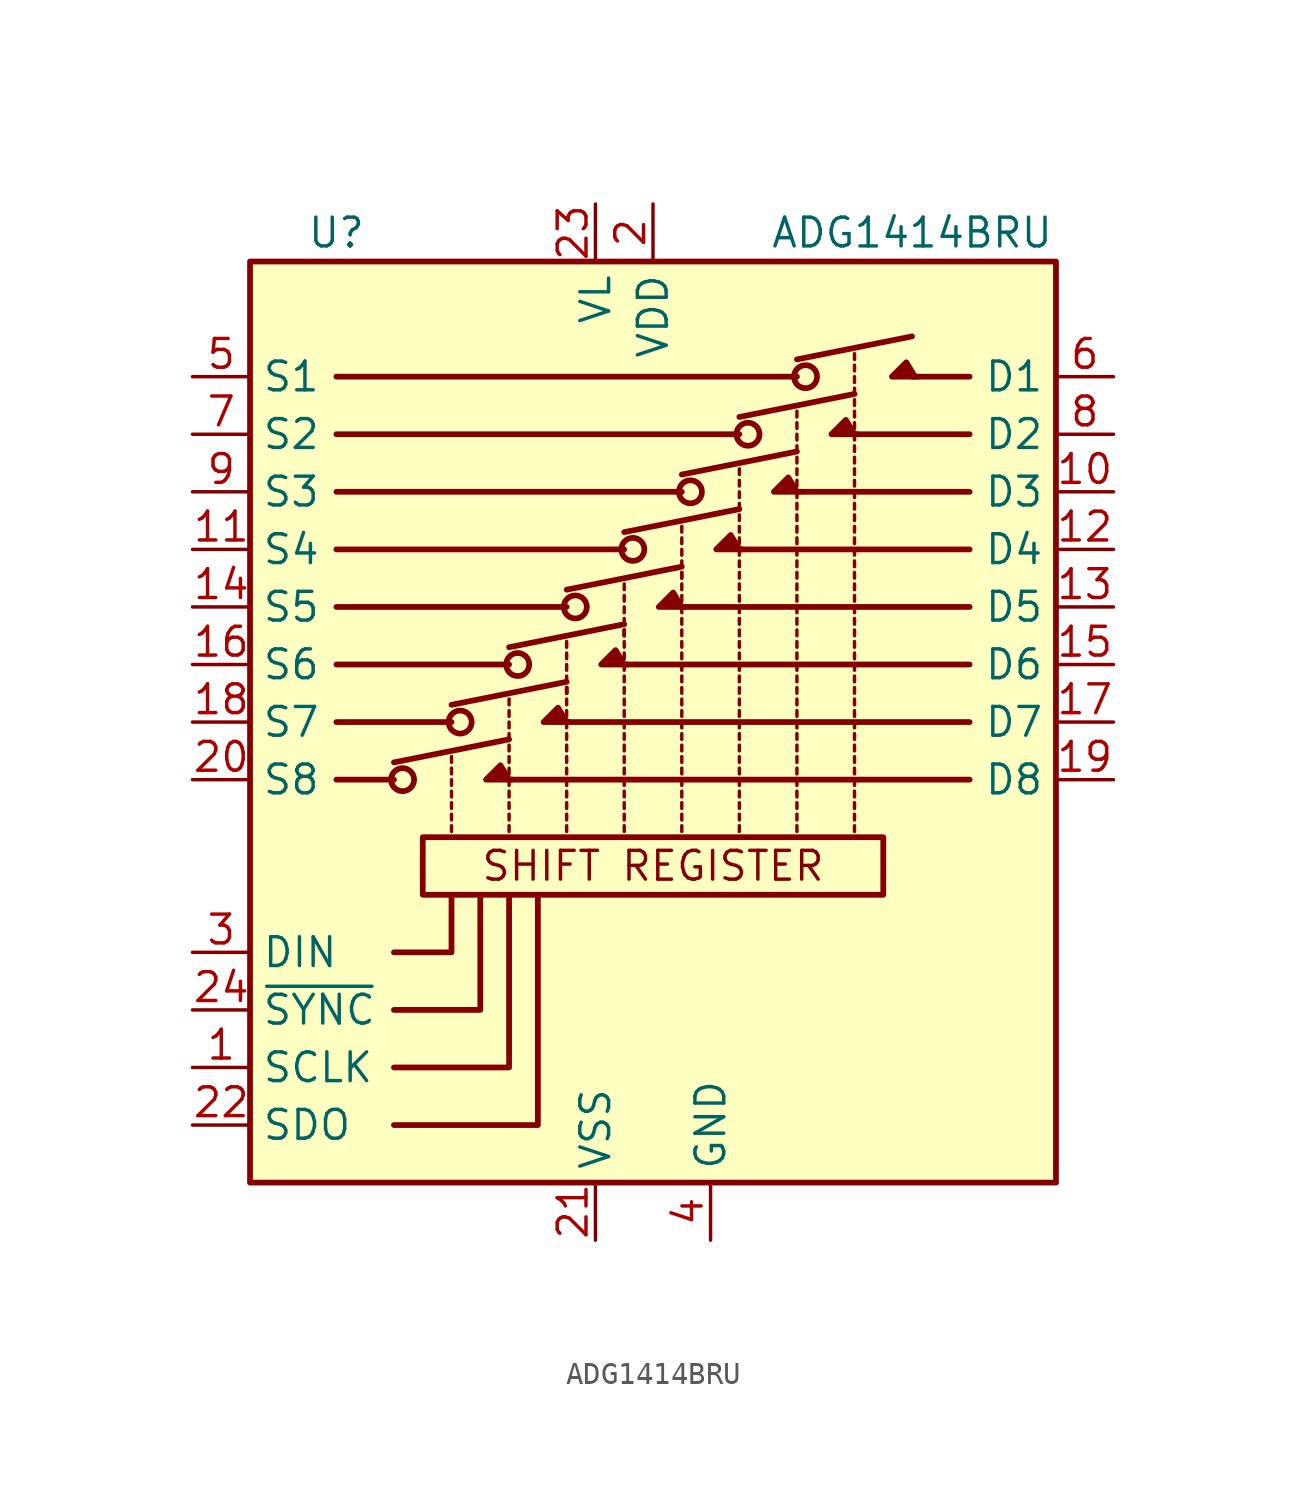
<source format=kicad_sym>
(kicad_symbol_lib
  (version 20211014)
  (generator kicad_symbol_editor)
  (symbol "ADG1414BRU"
    (property "Reference" "U"
      (at -13.97 21.59 0)
      (effects (font (size 1.27 1.27))))
    (property "Value" "ADG1414BRU"
      (at 11.43 21.59 0)
      (effects (font (size 1.27 1.27))))
    (symbol "ADG1414BRU_1_0"
      (polyline (pts (xy -11.43 -17.78) (xy -5.08 -17.78) (xy -5.08 -7.62)) (stroke (width 0.254) (type default) (color 0 0 0 0)) (fill (type none)))
      (polyline (pts (xy -11.43 -15.24) (xy -6.35 -15.24) (xy -6.35 -7.62)) (stroke (width 0.254) (type default) (color 0 0 0 0)) (fill (type none)))
      (polyline (pts (xy -11.43 -10.16) (xy -8.89 -10.16) (xy -8.89 -7.62)) (stroke (width 0.254) (type default) (color 0 0 0 0)) (fill (type none)))
      (polyline (pts (xy -11.43 -12.7) (xy -7.62 -12.7) (xy -7.62 -10.16) (xy -7.62 -7.62)) (stroke (width 0.254) (type default) (color 0 0 0 0)) (fill (type none)))
      (polyline (pts (xy -6.223 -2.54) (xy -7.366 -2.54) (xy -6.731 -1.905) (xy -6.35 -2.54)) (stroke (width 0.254) (type default) (color 0 0 0 0)) (fill (type outline)))
      (polyline (pts (xy -3.683 0) (xy -4.826 0) (xy -4.191 0.635) (xy -3.81 0)) (stroke (width 0.254) (type default) (color 0 0 0 0)) (fill (type outline)))
      (polyline (pts (xy -1.143 2.54) (xy -2.286 2.54) (xy -1.651 3.175) (xy -1.27 2.54)) (stroke (width 0.254) (type default) (color 0 0 0 0)) (fill (type outline)))
      (polyline (pts (xy 1.397 5.08) (xy 0.254 5.08) (xy 0.889 5.715) (xy 1.27 5.08)) (stroke (width 0.254) (type default) (color 0 0 0 0)) (fill (type outline)))
      (polyline (pts (xy 3.937 7.62) (xy 2.794 7.62) (xy 3.429 8.255) (xy 3.81 7.62)) (stroke (width 0.254) (type default) (color 0 0 0 0)) (fill (type outline)))
      (polyline (pts (xy 6.477 10.16) (xy 5.334 10.16) (xy 5.969 10.795) (xy 6.35 10.16)) (stroke (width 0.254) (type default) (color 0 0 0 0)) (fill (type outline)))
      (polyline (pts (xy 9.017 12.7) (xy 7.874 12.7) (xy 8.509 13.335) (xy 8.89 12.7)) (stroke (width 0.254) (type default) (color 0 0 0 0)) (fill (type outline)))
      (polyline (pts (xy 11.684 15.24) (xy 10.541 15.24) (xy 11.176 15.875) (xy 11.557 15.24)) (stroke (width 0.254) (type default) (color 0 0 0 0)) (fill (type outline)))
      (text "SHIFT REGISTER" (at 0 -6.35 0) (effects (font (size 1.27 1.27)))))
    (symbol "ADG1414BRU_1_1"
      (rectangle (start -17.78 -20.32) (end 17.78 20.32) (stroke (width 0.254) (type default) (color 0 0 0 0)) (fill (type background)))
      (circle (center -11.049 -2.54) (radius 0.508) (stroke (width 0.254) (type default) (color 0 0 0 0)) (fill (type none)))
      (rectangle (start -10.16 -5.08) (end 10.16 -7.62) (stroke (width 0.254) (type default) (color 0 0 0 0)) (fill (type none)))
      (circle (center -8.509 0) (radius 0.508) (stroke (width 0.254) (type default) (color 0 0 0 0)) (fill (type none)))
      (circle (center -5.969 2.54) (radius 0.508) (stroke (width 0.254) (type default) (color 0 0 0 0)) (fill (type none)))
      (circle (center -3.429 5.08) (radius 0.508) (stroke (width 0.254) (type default) (color 0 0 0 0)) (fill (type none)))
      (circle (center -0.889 7.62) (radius 0.508) (stroke (width 0.254) (type default) (color 0 0 0 0)) (fill (type none)))
      (polyline (pts (xy -11.43 -2.54) (xy -13.97 -2.54)) (stroke (width 0.254) (type default) (color 0 0 0 0)) (fill (type none)))
      (polyline (pts (xy -11.43 -1.778) (xy -6.35 -0.762)) (stroke (width 0.254) (type default) (color 0 0 0 0)) (fill (type none)))
      (polyline (pts (xy -8.89 -4.826) (xy -8.89 -4.572)) (stroke (width 0) (type default) (color 0 0 0 0)) (fill (type none)))
      (polyline (pts (xy -8.89 -4.318) (xy -8.89 -4.064)) (stroke (width 0) (type default) (color 0 0 0 0)) (fill (type none)))
      (polyline (pts (xy -8.89 -3.81) (xy -8.89 -3.556)) (stroke (width 0) (type default) (color 0 0 0 0)) (fill (type none)))
      (polyline (pts (xy -8.89 -3.302) (xy -8.89 -3.048)) (stroke (width 0) (type default) (color 0 0 0 0)) (fill (type none)))
      (polyline (pts (xy -8.89 -2.794) (xy -8.89 -2.54)) (stroke (width 0) (type default) (color 0 0 0 0)) (fill (type none)))
      (polyline (pts (xy -8.89 -2.286) (xy -8.89 -2.032)) (stroke (width 0) (type default) (color 0 0 0 0)) (fill (type none)))
      (polyline (pts (xy -8.89 -1.778) (xy -8.89 -1.524)) (stroke (width 0) (type default) (color 0 0 0 0)) (fill (type none)))
      (polyline (pts (xy -8.89 0) (xy -13.97 0)) (stroke (width 0.254) (type default) (color 0 0 0 0)) (fill (type none)))
      (polyline (pts (xy -8.89 0.762) (xy -3.81 1.778)) (stroke (width 0.254) (type default) (color 0 0 0 0)) (fill (type none)))
      (polyline (pts (xy -6.35 -4.826) (xy -6.35 -4.572)) (stroke (width 0) (type default) (color 0 0 0 0)) (fill (type none)))
      (polyline (pts (xy -6.35 -4.318) (xy -6.35 -4.064)) (stroke (width 0) (type default) (color 0 0 0 0)) (fill (type none)))
      (polyline (pts (xy -6.35 -3.81) (xy -6.35 -3.556)) (stroke (width 0) (type default) (color 0 0 0 0)) (fill (type none)))
      (polyline (pts (xy -6.35 -3.302) (xy -6.35 -3.048)) (stroke (width 0) (type default) (color 0 0 0 0)) (fill (type none)))
      (polyline (pts (xy -6.35 -2.794) (xy -6.35 -2.54)) (stroke (width 0) (type default) (color 0 0 0 0)) (fill (type none)))
      (polyline (pts (xy -6.35 -2.54) (xy 13.97 -2.54)) (stroke (width 0.254) (type default) (color 0 0 0 0)) (fill (type none)))
      (polyline (pts (xy -6.35 -2.286) (xy -6.35 -2.032)) (stroke (width 0) (type default) (color 0 0 0 0)) (fill (type none)))
      (polyline (pts (xy -6.35 -1.778) (xy -6.35 -1.524)) (stroke (width 0) (type default) (color 0 0 0 0)) (fill (type none)))
      (polyline (pts (xy -6.35 -1.27) (xy -6.35 -1.016)) (stroke (width 0) (type default) (color 0 0 0 0)) (fill (type none)))
      (polyline (pts (xy -6.35 -0.762) (xy -6.35 -0.508)) (stroke (width 0) (type default) (color 0 0 0 0)) (fill (type none)))
      (polyline (pts (xy -6.35 -0.254) (xy -6.35 0)) (stroke (width 0) (type default) (color 0 0 0 0)) (fill (type none)))
      (polyline (pts (xy -6.35 0.254) (xy -6.35 0.508)) (stroke (width 0) (type default) (color 0 0 0 0)) (fill (type none)))
      (polyline (pts (xy -6.35 0.762) (xy -6.35 1.016)) (stroke (width 0) (type default) (color 0 0 0 0)) (fill (type none)))
      (polyline (pts (xy -6.35 2.54) (xy -13.97 2.54)) (stroke (width 0.254) (type default) (color 0 0 0 0)) (fill (type none)))
      (polyline (pts (xy -6.35 3.302) (xy -1.27 4.318)) (stroke (width 0.254) (type default) (color 0 0 0 0)) (fill (type none)))
      (polyline (pts (xy -3.81 -4.826) (xy -3.81 -4.572)) (stroke (width 0) (type default) (color 0 0 0 0)) (fill (type none)))
      (polyline (pts (xy -3.81 -4.318) (xy -3.81 -4.064)) (stroke (width 0) (type default) (color 0 0 0 0)) (fill (type none)))
      (polyline (pts (xy -3.81 -3.81) (xy -3.81 -3.556)) (stroke (width 0) (type default) (color 0 0 0 0)) (fill (type none)))
      (polyline (pts (xy -3.81 -3.302) (xy -3.81 -3.048)) (stroke (width 0) (type default) (color 0 0 0 0)) (fill (type none)))
      (polyline (pts (xy -3.81 -2.794) (xy -3.81 -2.54)) (stroke (width 0) (type default) (color 0 0 0 0)) (fill (type none)))
      (polyline (pts (xy -3.81 -2.286) (xy -3.81 -2.032)) (stroke (width 0) (type default) (color 0 0 0 0)) (fill (type none)))
      (polyline (pts (xy -3.81 -1.778) (xy -3.81 -1.524)) (stroke (width 0) (type default) (color 0 0 0 0)) (fill (type none)))
      (polyline (pts (xy -3.81 -1.27) (xy -3.81 -1.016)) (stroke (width 0) (type default) (color 0 0 0 0)) (fill (type none)))
      (polyline (pts (xy -3.81 -0.762) (xy -3.81 -0.508)) (stroke (width 0) (type default) (color 0 0 0 0)) (fill (type none)))
      (polyline (pts (xy -3.81 -0.254) (xy -3.81 0)) (stroke (width 0) (type default) (color 0 0 0 0)) (fill (type none)))
      (polyline (pts (xy -3.81 0) (xy 13.97 0)) (stroke (width 0.254) (type default) (color 0 0 0 0)) (fill (type none)))
      (polyline (pts (xy -3.81 0.254) (xy -3.81 0.508)) (stroke (width 0) (type default) (color 0 0 0 0)) (fill (type none)))
      (polyline (pts (xy -3.81 0.762) (xy -3.81 1.016)) (stroke (width 0) (type default) (color 0 0 0 0)) (fill (type none)))
      (polyline (pts (xy -3.81 1.27) (xy -3.81 1.524)) (stroke (width 0) (type default) (color 0 0 0 0)) (fill (type none)))
      (polyline (pts (xy -3.81 1.27) (xy -3.81 1.524)) (stroke (width 0) (type default) (color 0 0 0 0)) (fill (type none)))
      (polyline (pts (xy -3.81 1.27) (xy -3.81 1.524)) (stroke (width 0) (type default) (color 0 0 0 0)) (fill (type none)))
      (polyline (pts (xy -3.81 1.27) (xy -3.81 1.524)) (stroke (width 0) (type default) (color 0 0 0 0)) (fill (type none)))
      (polyline (pts (xy -3.81 1.778) (xy -3.81 2.032)) (stroke (width 0) (type default) (color 0 0 0 0)) (fill (type none)))
      (polyline (pts (xy -3.81 2.286) (xy -3.81 2.54)) (stroke (width 0) (type default) (color 0 0 0 0)) (fill (type none)))
      (polyline (pts (xy -3.81 2.794) (xy -3.81 3.048)) (stroke (width 0) (type default) (color 0 0 0 0)) (fill (type none)))
      (polyline (pts (xy -3.81 3.302) (xy -3.81 3.556)) (stroke (width 0) (type default) (color 0 0 0 0)) (fill (type none)))
      (polyline (pts (xy -3.81 5.08) (xy -13.97 5.08)) (stroke (width 0.254) (type default) (color 0 0 0 0)) (fill (type none)))
      (polyline (pts (xy -3.81 5.842) (xy 1.27 6.858)) (stroke (width 0.254) (type default) (color 0 0 0 0)) (fill (type none)))
      (polyline (pts (xy -1.27 -4.826) (xy -1.27 -4.572)) (stroke (width 0) (type default) (color 0 0 0 0)) (fill (type none)))
      (polyline (pts (xy -1.27 -4.318) (xy -1.27 -4.064)) (stroke (width 0) (type default) (color 0 0 0 0)) (fill (type none)))
      (polyline (pts (xy -1.27 -3.81) (xy -1.27 -3.556)) (stroke (width 0) (type default) (color 0 0 0 0)) (fill (type none)))
      (polyline (pts (xy -1.27 -3.302) (xy -1.27 -3.048)) (stroke (width 0) (type default) (color 0 0 0 0)) (fill (type none)))
      (polyline (pts (xy -1.27 -2.794) (xy -1.27 -2.54)) (stroke (width 0) (type default) (color 0 0 0 0)) (fill (type none)))
      (polyline (pts (xy -1.27 -2.286) (xy -1.27 -2.032)) (stroke (width 0) (type default) (color 0 0 0 0)) (fill (type none)))
      (polyline (pts (xy -1.27 -1.778) (xy -1.27 -1.524)) (stroke (width 0) (type default) (color 0 0 0 0)) (fill (type none)))
      (polyline (pts (xy -1.27 -1.27) (xy -1.27 -1.016)) (stroke (width 0) (type default) (color 0 0 0 0)) (fill (type none)))
      (polyline (pts (xy -1.27 -0.762) (xy -1.27 -0.508)) (stroke (width 0) (type default) (color 0 0 0 0)) (fill (type none)))
      (polyline (pts (xy -1.27 -0.254) (xy -1.27 0)) (stroke (width 0) (type default) (color 0 0 0 0)) (fill (type none)))
      (polyline (pts (xy -1.27 0.254) (xy -1.27 0.508)) (stroke (width 0) (type default) (color 0 0 0 0)) (fill (type none)))
      (polyline (pts (xy -1.27 0.762) (xy -1.27 1.016)) (stroke (width 0) (type default) (color 0 0 0 0)) (fill (type none)))
      (polyline (pts (xy -1.27 1.27) (xy -1.27 1.524)) (stroke (width 0) (type default) (color 0 0 0 0)) (fill (type none)))
      (polyline (pts (xy -1.27 1.778) (xy -1.27 2.032)) (stroke (width 0) (type default) (color 0 0 0 0)) (fill (type none)))
      (polyline (pts (xy -1.27 2.286) (xy -1.27 2.54)) (stroke (width 0) (type default) (color 0 0 0 0)) (fill (type none)))
      (polyline (pts (xy -1.27 2.54) (xy 13.97 2.54)) (stroke (width 0.254) (type default) (color 0 0 0 0)) (fill (type none)))
      (polyline (pts (xy -1.27 2.794) (xy -1.27 3.048)) (stroke (width 0) (type default) (color 0 0 0 0)) (fill (type none)))
      (polyline (pts (xy -1.27 3.302) (xy -1.27 3.556)) (stroke (width 0) (type default) (color 0 0 0 0)) (fill (type none)))
      (polyline (pts (xy -1.27 3.81) (xy -1.27 4.064)) (stroke (width 0) (type default) (color 0 0 0 0)) (fill (type none)))
      (polyline (pts (xy -1.27 3.81) (xy -1.27 4.064)) (stroke (width 0) (type default) (color 0 0 0 0)) (fill (type none)))
      (polyline (pts (xy -1.27 3.81) (xy -1.27 4.064)) (stroke (width 0) (type default) (color 0 0 0 0)) (fill (type none)))
      (polyline (pts (xy -1.27 4.318) (xy -1.27 4.572)) (stroke (width 0) (type default) (color 0 0 0 0)) (fill (type none)))
      (polyline (pts (xy -1.27 4.826) (xy -1.27 5.08)) (stroke (width 0) (type default) (color 0 0 0 0)) (fill (type none)))
      (polyline (pts (xy -1.27 5.334) (xy -1.27 5.588)) (stroke (width 0) (type default) (color 0 0 0 0)) (fill (type none)))
      (polyline (pts (xy -1.27 5.842) (xy -1.27 6.096)) (stroke (width 0) (type default) (color 0 0 0 0)) (fill (type none)))
      (polyline (pts (xy -1.27 7.62) (xy -13.97 7.62)) (stroke (width 0.254) (type default) (color 0 0 0 0)) (fill (type none)))
      (polyline (pts (xy -1.27 8.382) (xy 3.81 9.398)) (stroke (width 0.254) (type default) (color 0 0 0 0)) (fill (type none)))
      (polyline (pts (xy 1.27 -4.826) (xy 1.27 -4.572)) (stroke (width 0) (type default) (color 0 0 0 0)) (fill (type none)))
      (polyline (pts (xy 1.27 -4.318) (xy 1.27 -4.064)) (stroke (width 0) (type default) (color 0 0 0 0)) (fill (type none)))
      (polyline (pts (xy 1.27 -3.81) (xy 1.27 -3.556)) (stroke (width 0) (type default) (color 0 0 0 0)) (fill (type none)))
      (polyline (pts (xy 1.27 -3.302) (xy 1.27 -3.048)) (stroke (width 0) (type default) (color 0 0 0 0)) (fill (type none)))
      (polyline (pts (xy 1.27 -2.794) (xy 1.27 -2.54)) (stroke (width 0) (type default) (color 0 0 0 0)) (fill (type none)))
      (polyline (pts (xy 1.27 -2.286) (xy 1.27 -2.032)) (stroke (width 0) (type default) (color 0 0 0 0)) (fill (type none)))
      (polyline (pts (xy 1.27 -1.778) (xy 1.27 -1.524)) (stroke (width 0) (type default) (color 0 0 0 0)) (fill (type none)))
      (polyline (pts (xy 1.27 -1.27) (xy 1.27 -1.016)) (stroke (width 0) (type default) (color 0 0 0 0)) (fill (type none)))
      (polyline (pts (xy 1.27 -0.762) (xy 1.27 -0.508)) (stroke (width 0) (type default) (color 0 0 0 0)) (fill (type none)))
      (polyline (pts (xy 1.27 -0.254) (xy 1.27 0)) (stroke (width 0) (type default) (color 0 0 0 0)) (fill (type none)))
      (polyline (pts (xy 1.27 0.254) (xy 1.27 0.508)) (stroke (width 0) (type default) (color 0 0 0 0)) (fill (type none)))
      (polyline (pts (xy 1.27 0.762) (xy 1.27 1.016)) (stroke (width 0) (type default) (color 0 0 0 0)) (fill (type none)))
      (polyline (pts (xy 1.27 1.27) (xy 1.27 1.524)) (stroke (width 0) (type default) (color 0 0 0 0)) (fill (type none)))
      (polyline (pts (xy 1.27 1.778) (xy 1.27 2.032)) (stroke (width 0) (type default) (color 0 0 0 0)) (fill (type none)))
      (polyline (pts (xy 1.27 2.286) (xy 1.27 2.54)) (stroke (width 0) (type default) (color 0 0 0 0)) (fill (type none)))
      (polyline (pts (xy 1.27 2.794) (xy 1.27 3.048)) (stroke (width 0) (type default) (color 0 0 0 0)) (fill (type none)))
      (polyline (pts (xy 1.27 3.302) (xy 1.27 3.556)) (stroke (width 0) (type default) (color 0 0 0 0)) (fill (type none)))
      (polyline (pts (xy 1.27 3.81) (xy 1.27 4.064)) (stroke (width 0) (type default) (color 0 0 0 0)) (fill (type none)))
      (polyline (pts (xy 1.27 4.318) (xy 1.27 4.572)) (stroke (width 0) (type default) (color 0 0 0 0)) (fill (type none)))
      (polyline (pts (xy 1.27 4.826) (xy 1.27 5.08)) (stroke (width 0) (type default) (color 0 0 0 0)) (fill (type none)))
      (polyline (pts (xy 1.27 5.08) (xy 13.97 5.08)) (stroke (width 0.254) (type default) (color 0 0 0 0)) (fill (type none)))
      (polyline (pts (xy 1.27 5.334) (xy 1.27 5.588)) (stroke (width 0) (type default) (color 0 0 0 0)) (fill (type none)))
      (polyline (pts (xy 1.27 5.842) (xy 1.27 6.096)) (stroke (width 0) (type default) (color 0 0 0 0)) (fill (type none)))
      (polyline (pts (xy 1.27 6.35) (xy 1.27 6.604)) (stroke (width 0) (type default) (color 0 0 0 0)) (fill (type none)))
      (polyline (pts (xy 1.27 6.35) (xy 1.27 6.604)) (stroke (width 0) (type default) (color 0 0 0 0)) (fill (type none)))
      (polyline (pts (xy 1.27 6.858) (xy 1.27 7.112)) (stroke (width 0) (type default) (color 0 0 0 0)) (fill (type none)))
      (polyline (pts (xy 1.27 7.366) (xy 1.27 7.62)) (stroke (width 0) (type default) (color 0 0 0 0)) (fill (type none)))
      (polyline (pts (xy 1.27 7.874) (xy 1.27 8.128)) (stroke (width 0) (type default) (color 0 0 0 0)) (fill (type none)))
      (polyline (pts (xy 1.27 8.382) (xy 1.27 8.636)) (stroke (width 0) (type default) (color 0 0 0 0)) (fill (type none)))
      (polyline (pts (xy 1.27 10.16) (xy -13.97 10.16)) (stroke (width 0.254) (type default) (color 0 0 0 0)) (fill (type none)))
      (polyline (pts (xy 1.27 10.922) (xy 6.35 11.938)) (stroke (width 0.254) (type default) (color 0 0 0 0)) (fill (type none)))
      (polyline (pts (xy 3.81 -4.826) (xy 3.81 -4.572)) (stroke (width 0) (type default) (color 0 0 0 0)) (fill (type none)))
      (polyline (pts (xy 3.81 -4.318) (xy 3.81 -4.064)) (stroke (width 0) (type default) (color 0 0 0 0)) (fill (type none)))
      (polyline (pts (xy 3.81 -3.81) (xy 3.81 -3.556)) (stroke (width 0) (type default) (color 0 0 0 0)) (fill (type none)))
      (polyline (pts (xy 3.81 -3.302) (xy 3.81 -3.048)) (stroke (width 0) (type default) (color 0 0 0 0)) (fill (type none)))
      (polyline (pts (xy 3.81 -2.794) (xy 3.81 -2.54)) (stroke (width 0) (type default) (color 0 0 0 0)) (fill (type none)))
      (polyline (pts (xy 3.81 -2.286) (xy 3.81 -2.032)) (stroke (width 0) (type default) (color 0 0 0 0)) (fill (type none)))
      (polyline (pts (xy 3.81 -1.778) (xy 3.81 -1.524)) (stroke (width 0) (type default) (color 0 0 0 0)) (fill (type none)))
      (polyline (pts (xy 3.81 -1.27) (xy 3.81 -1.016)) (stroke (width 0) (type default) (color 0 0 0 0)) (fill (type none)))
      (polyline (pts (xy 3.81 -0.762) (xy 3.81 -0.508)) (stroke (width 0) (type default) (color 0 0 0 0)) (fill (type none)))
      (polyline (pts (xy 3.81 -0.254) (xy 3.81 0)) (stroke (width 0) (type default) (color 0 0 0 0)) (fill (type none)))
      (polyline (pts (xy 3.81 0.254) (xy 3.81 0.508)) (stroke (width 0) (type default) (color 0 0 0 0)) (fill (type none)))
      (polyline (pts (xy 3.81 0.762) (xy 3.81 1.016)) (stroke (width 0) (type default) (color 0 0 0 0)) (fill (type none)))
      (polyline (pts (xy 3.81 1.27) (xy 3.81 1.524)) (stroke (width 0) (type default) (color 0 0 0 0)) (fill (type none)))
      (polyline (pts (xy 3.81 1.778) (xy 3.81 2.032)) (stroke (width 0) (type default) (color 0 0 0 0)) (fill (type none)))
      (polyline (pts (xy 3.81 2.286) (xy 3.81 2.54)) (stroke (width 0) (type default) (color 0 0 0 0)) (fill (type none)))
      (polyline (pts (xy 3.81 2.794) (xy 3.81 3.048)) (stroke (width 0) (type default) (color 0 0 0 0)) (fill (type none)))
      (polyline (pts (xy 3.81 3.302) (xy 3.81 3.556)) (stroke (width 0) (type default) (color 0 0 0 0)) (fill (type none)))
      (polyline (pts (xy 3.81 3.81) (xy 3.81 4.064)) (stroke (width 0) (type default) (color 0 0 0 0)) (fill (type none)))
      (polyline (pts (xy 3.81 4.318) (xy 3.81 4.572)) (stroke (width 0) (type default) (color 0 0 0 0)) (fill (type none)))
      (polyline (pts (xy 3.81 4.826) (xy 3.81 5.08)) (stroke (width 0) (type default) (color 0 0 0 0)) (fill (type none)))
      (polyline (pts (xy 3.81 5.334) (xy 3.81 5.588)) (stroke (width 0) (type default) (color 0 0 0 0)) (fill (type none)))
      (polyline (pts (xy 3.81 5.842) (xy 3.81 6.096)) (stroke (width 0) (type default) (color 0 0 0 0)) (fill (type none)))
      (polyline (pts (xy 3.81 6.35) (xy 3.81 6.604)) (stroke (width 0) (type default) (color 0 0 0 0)) (fill (type none)))
      (polyline (pts (xy 3.81 6.858) (xy 3.81 7.112)) (stroke (width 0) (type default) (color 0 0 0 0)) (fill (type none)))
      (polyline (pts (xy 3.81 7.366) (xy 3.81 7.62)) (stroke (width 0) (type default) (color 0 0 0 0)) (fill (type none)))
      (polyline (pts (xy 3.81 7.62) (xy 13.97 7.62)) (stroke (width 0.254) (type default) (color 0 0 0 0)) (fill (type none)))
      (polyline (pts (xy 3.81 7.874) (xy 3.81 8.128)) (stroke (width 0) (type default) (color 0 0 0 0)) (fill (type none)))
      (polyline (pts (xy 3.81 8.382) (xy 3.81 8.636)) (stroke (width 0) (type default) (color 0 0 0 0)) (fill (type none)))
      (polyline (pts (xy 3.81 8.89) (xy 3.81 9.144)) (stroke (width 0) (type default) (color 0 0 0 0)) (fill (type none)))
      (polyline (pts (xy 3.81 9.398) (xy 3.81 9.652)) (stroke (width 0) (type default) (color 0 0 0 0)) (fill (type none)))
      (polyline (pts (xy 3.81 9.906) (xy 3.81 10.16)) (stroke (width 0) (type default) (color 0 0 0 0)) (fill (type none)))
      (polyline (pts (xy 3.81 10.414) (xy 3.81 10.668)) (stroke (width 0) (type default) (color 0 0 0 0)) (fill (type none)))
      (polyline (pts (xy 3.81 10.922) (xy 3.81 11.176)) (stroke (width 0) (type default) (color 0 0 0 0)) (fill (type none)))
      (polyline (pts (xy 3.81 12.7) (xy -13.97 12.7)) (stroke (width 0.254) (type default) (color 0 0 0 0)) (fill (type none)))
      (polyline (pts (xy 3.81 13.462) (xy 8.89 14.478)) (stroke (width 0.254) (type default) (color 0 0 0 0)) (fill (type none)))
      (polyline (pts (xy 6.35 -4.826) (xy 6.35 -4.572)) (stroke (width 0) (type default) (color 0 0 0 0)) (fill (type none)))
      (polyline (pts (xy 6.35 -4.318) (xy 6.35 -4.064)) (stroke (width 0) (type default) (color 0 0 0 0)) (fill (type none)))
      (polyline (pts (xy 6.35 -3.81) (xy 6.35 -3.556)) (stroke (width 0) (type default) (color 0 0 0 0)) (fill (type none)))
      (polyline (pts (xy 6.35 -3.302) (xy 6.35 -3.048)) (stroke (width 0) (type default) (color 0 0 0 0)) (fill (type none)))
      (polyline (pts (xy 6.35 -2.794) (xy 6.35 -2.54)) (stroke (width 0) (type default) (color 0 0 0 0)) (fill (type none)))
      (polyline (pts (xy 6.35 -2.286) (xy 6.35 -2.032)) (stroke (width 0) (type default) (color 0 0 0 0)) (fill (type none)))
      (polyline (pts (xy 6.35 -1.778) (xy 6.35 -1.524)) (stroke (width 0) (type default) (color 0 0 0 0)) (fill (type none)))
      (polyline (pts (xy 6.35 -1.27) (xy 6.35 -1.016)) (stroke (width 0) (type default) (color 0 0 0 0)) (fill (type none)))
      (polyline (pts (xy 6.35 -0.762) (xy 6.35 -0.508)) (stroke (width 0) (type default) (color 0 0 0 0)) (fill (type none)))
      (polyline (pts (xy 6.35 -0.254) (xy 6.35 0)) (stroke (width 0) (type default) (color 0 0 0 0)) (fill (type none)))
      (polyline (pts (xy 6.35 0.254) (xy 6.35 0.508)) (stroke (width 0) (type default) (color 0 0 0 0)) (fill (type none)))
      (polyline (pts (xy 6.35 0.762) (xy 6.35 1.016)) (stroke (width 0) (type default) (color 0 0 0 0)) (fill (type none)))
      (polyline (pts (xy 6.35 1.27) (xy 6.35 1.524)) (stroke (width 0) (type default) (color 0 0 0 0)) (fill (type none)))
      (polyline (pts (xy 6.35 1.778) (xy 6.35 2.032)) (stroke (width 0) (type default) (color 0 0 0 0)) (fill (type none)))
      (polyline (pts (xy 6.35 2.286) (xy 6.35 2.54)) (stroke (width 0) (type default) (color 0 0 0 0)) (fill (type none)))
      (polyline (pts (xy 6.35 2.794) (xy 6.35 3.048)) (stroke (width 0) (type default) (color 0 0 0 0)) (fill (type none)))
      (polyline (pts (xy 6.35 3.302) (xy 6.35 3.556)) (stroke (width 0) (type default) (color 0 0 0 0)) (fill (type none)))
      (polyline (pts (xy 6.35 3.81) (xy 6.35 4.064)) (stroke (width 0) (type default) (color 0 0 0 0)) (fill (type none)))
      (polyline (pts (xy 6.35 4.318) (xy 6.35 4.572)) (stroke (width 0) (type default) (color 0 0 0 0)) (fill (type none)))
      (polyline (pts (xy 6.35 4.826) (xy 6.35 5.08)) (stroke (width 0) (type default) (color 0 0 0 0)) (fill (type none)))
      (polyline (pts (xy 6.35 5.334) (xy 6.35 5.588)) (stroke (width 0) (type default) (color 0 0 0 0)) (fill (type none)))
      (polyline (pts (xy 6.35 5.842) (xy 6.35 6.096)) (stroke (width 0) (type default) (color 0 0 0 0)) (fill (type none)))
      (polyline (pts (xy 6.35 6.35) (xy 6.35 6.604)) (stroke (width 0) (type default) (color 0 0 0 0)) (fill (type none)))
      (polyline (pts (xy 6.35 6.858) (xy 6.35 7.112)) (stroke (width 0) (type default) (color 0 0 0 0)) (fill (type none)))
      (polyline (pts (xy 6.35 7.366) (xy 6.35 7.62)) (stroke (width 0) (type default) (color 0 0 0 0)) (fill (type none)))
      (polyline (pts (xy 6.35 7.874) (xy 6.35 8.128)) (stroke (width 0) (type default) (color 0 0 0 0)) (fill (type none)))
      (polyline (pts (xy 6.35 8.382) (xy 6.35 8.636)) (stroke (width 0) (type default) (color 0 0 0 0)) (fill (type none)))
      (polyline (pts (xy 6.35 8.89) (xy 6.35 9.144)) (stroke (width 0) (type default) (color 0 0 0 0)) (fill (type none)))
      (polyline (pts (xy 6.35 9.398) (xy 6.35 9.652)) (stroke (width 0) (type default) (color 0 0 0 0)) (fill (type none)))
      (polyline (pts (xy 6.35 9.906) (xy 6.35 10.16)) (stroke (width 0) (type default) (color 0 0 0 0)) (fill (type none)))
      (polyline (pts (xy 6.35 10.16) (xy 13.97 10.16)) (stroke (width 0.254) (type default) (color 0 0 0 0)) (fill (type none)))
      (polyline (pts (xy 6.35 10.414) (xy 6.35 10.668)) (stroke (width 0) (type default) (color 0 0 0 0)) (fill (type none)))
      (polyline (pts (xy 6.35 10.922) (xy 6.35 11.176)) (stroke (width 0) (type default) (color 0 0 0 0)) (fill (type none)))
      (polyline (pts (xy 6.35 11.43) (xy 6.35 11.684)) (stroke (width 0) (type default) (color 0 0 0 0)) (fill (type none)))
      (polyline (pts (xy 6.35 11.938) (xy 6.35 12.192)) (stroke (width 0) (type default) (color 0 0 0 0)) (fill (type none)))
      (polyline (pts (xy 6.35 12.446) (xy 6.35 12.7)) (stroke (width 0) (type default) (color 0 0 0 0)) (fill (type none)))
      (polyline (pts (xy 6.35 12.954) (xy 6.35 13.208)) (stroke (width 0) (type default) (color 0 0 0 0)) (fill (type none)))
      (polyline (pts (xy 6.35 13.462) (xy 6.35 13.716)) (stroke (width 0) (type default) (color 0 0 0 0)) (fill (type none)))
      (polyline (pts (xy 6.35 15.24) (xy -13.97 15.24)) (stroke (width 0.254) (type default) (color 0 0 0 0)) (fill (type none)))
      (polyline (pts (xy 6.35 16.002) (xy 11.43 17.018)) (stroke (width 0.254) (type default) (color 0 0 0 0)) (fill (type none)))
      (polyline (pts (xy 8.89 -4.826) (xy 8.89 -4.572)) (stroke (width 0) (type default) (color 0 0 0 0)) (fill (type none)))
      (polyline (pts (xy 8.89 -4.318) (xy 8.89 -4.064)) (stroke (width 0) (type default) (color 0 0 0 0)) (fill (type none)))
      (polyline (pts (xy 8.89 -3.81) (xy 8.89 -3.556)) (stroke (width 0) (type default) (color 0 0 0 0)) (fill (type none)))
      (polyline (pts (xy 8.89 -3.302) (xy 8.89 -3.048)) (stroke (width 0) (type default) (color 0 0 0 0)) (fill (type none)))
      (polyline (pts (xy 8.89 -2.794) (xy 8.89 -2.54)) (stroke (width 0) (type default) (color 0 0 0 0)) (fill (type none)))
      (polyline (pts (xy 8.89 -2.286) (xy 8.89 -2.032)) (stroke (width 0) (type default) (color 0 0 0 0)) (fill (type none)))
      (polyline (pts (xy 8.89 -1.778) (xy 8.89 -1.524)) (stroke (width 0) (type default) (color 0 0 0 0)) (fill (type none)))
      (polyline (pts (xy 8.89 -1.27) (xy 8.89 -1.016)) (stroke (width 0) (type default) (color 0 0 0 0)) (fill (type none)))
      (polyline (pts (xy 8.89 -0.762) (xy 8.89 -0.508)) (stroke (width 0) (type default) (color 0 0 0 0)) (fill (type none)))
      (polyline (pts (xy 8.89 -0.254) (xy 8.89 0)) (stroke (width 0) (type default) (color 0 0 0 0)) (fill (type none)))
      (polyline (pts (xy 8.89 0.254) (xy 8.89 0.508)) (stroke (width 0) (type default) (color 0 0 0 0)) (fill (type none)))
      (polyline (pts (xy 8.89 0.762) (xy 8.89 1.016)) (stroke (width 0) (type default) (color 0 0 0 0)) (fill (type none)))
      (polyline (pts (xy 8.89 1.27) (xy 8.89 1.524)) (stroke (width 0) (type default) (color 0 0 0 0)) (fill (type none)))
      (polyline (pts (xy 8.89 1.778) (xy 8.89 2.032)) (stroke (width 0) (type default) (color 0 0 0 0)) (fill (type none)))
      (polyline (pts (xy 8.89 2.286) (xy 8.89 2.54)) (stroke (width 0) (type default) (color 0 0 0 0)) (fill (type none)))
      (polyline (pts (xy 8.89 2.794) (xy 8.89 3.048)) (stroke (width 0) (type default) (color 0 0 0 0)) (fill (type none)))
      (polyline (pts (xy 8.89 3.302) (xy 8.89 3.556)) (stroke (width 0) (type default) (color 0 0 0 0)) (fill (type none)))
      (polyline (pts (xy 8.89 3.81) (xy 8.89 4.064)) (stroke (width 0) (type default) (color 0 0 0 0)) (fill (type none)))
      (polyline (pts (xy 8.89 4.318) (xy 8.89 4.572)) (stroke (width 0) (type default) (color 0 0 0 0)) (fill (type none)))
      (polyline (pts (xy 8.89 4.826) (xy 8.89 5.08)) (stroke (width 0) (type default) (color 0 0 0 0)) (fill (type none)))
      (polyline (pts (xy 8.89 5.334) (xy 8.89 5.588)) (stroke (width 0) (type default) (color 0 0 0 0)) (fill (type none)))
      (polyline (pts (xy 8.89 5.842) (xy 8.89 6.096)) (stroke (width 0) (type default) (color 0 0 0 0)) (fill (type none)))
      (polyline (pts (xy 8.89 6.35) (xy 8.89 6.604)) (stroke (width 0) (type default) (color 0 0 0 0)) (fill (type none)))
      (polyline (pts (xy 8.89 6.858) (xy 8.89 7.112)) (stroke (width 0) (type default) (color 0 0 0 0)) (fill (type none)))
      (polyline (pts (xy 8.89 7.366) (xy 8.89 7.62)) (stroke (width 0) (type default) (color 0 0 0 0)) (fill (type none)))
      (polyline (pts (xy 8.89 7.874) (xy 8.89 8.128)) (stroke (width 0) (type default) (color 0 0 0 0)) (fill (type none)))
      (polyline (pts (xy 8.89 8.382) (xy 8.89 8.636)) (stroke (width 0) (type default) (color 0 0 0 0)) (fill (type none)))
      (polyline (pts (xy 8.89 8.89) (xy 8.89 9.144)) (stroke (width 0) (type default) (color 0 0 0 0)) (fill (type none)))
      (polyline (pts (xy 8.89 9.398) (xy 8.89 9.652)) (stroke (width 0) (type default) (color 0 0 0 0)) (fill (type none)))
      (polyline (pts (xy 8.89 9.906) (xy 8.89 10.16)) (stroke (width 0) (type default) (color 0 0 0 0)) (fill (type none)))
      (polyline (pts (xy 8.89 10.414) (xy 8.89 10.668)) (stroke (width 0) (type default) (color 0 0 0 0)) (fill (type none)))
      (polyline (pts (xy 8.89 10.922) (xy 8.89 11.176)) (stroke (width 0) (type default) (color 0 0 0 0)) (fill (type none)))
      (polyline (pts (xy 8.89 11.43) (xy 8.89 11.684)) (stroke (width 0) (type default) (color 0 0 0 0)) (fill (type none)))
      (polyline (pts (xy 8.89 11.938) (xy 8.89 12.192)) (stroke (width 0) (type default) (color 0 0 0 0)) (fill (type none)))
      (polyline (pts (xy 8.89 12.446) (xy 8.89 12.7)) (stroke (width 0) (type default) (color 0 0 0 0)) (fill (type none)))
      (polyline (pts (xy 8.89 12.7) (xy 13.97 12.7)) (stroke (width 0.254) (type default) (color 0 0 0 0)) (fill (type none)))
      (polyline (pts (xy 8.89 12.954) (xy 8.89 13.208)) (stroke (width 0) (type default) (color 0 0 0 0)) (fill (type none)))
      (polyline (pts (xy 8.89 13.462) (xy 8.89 13.716)) (stroke (width 0) (type default) (color 0 0 0 0)) (fill (type none)))
      (polyline (pts (xy 8.89 13.97) (xy 8.89 14.224)) (stroke (width 0) (type default) (color 0 0 0 0)) (fill (type none)))
      (polyline (pts (xy 8.89 14.478) (xy 8.89 14.732)) (stroke (width 0) (type default) (color 0 0 0 0)) (fill (type none)))
      (polyline (pts (xy 8.89 14.986) (xy 8.89 15.24)) (stroke (width 0) (type default) (color 0 0 0 0)) (fill (type none)))
      (polyline (pts (xy 8.89 15.494) (xy 8.89 15.748)) (stroke (width 0) (type default) (color 0 0 0 0)) (fill (type none)))
      (polyline (pts (xy 8.89 16.002) (xy 8.89 16.256)) (stroke (width 0) (type default) (color 0 0 0 0)) (fill (type none)))
      (polyline (pts (xy 11.43 15.24) (xy 13.97 15.24)) (stroke (width 0.254) (type default) (color 0 0 0 0)) (fill (type none)))
      (circle (center 1.651 10.16) (radius 0.508) (stroke (width 0.254) (type default) (color 0 0 0 0)) (fill (type none)))
      (circle (center 4.191 12.7) (radius 0.508) (stroke (width 0.254) (type default) (color 0 0 0 0)) (fill (type none)))
      (circle (center 6.731 15.24) (radius 0.508) (stroke (width 0.254) (type default) (color 0 0 0 0)) (fill (type none)))
      (pin input line (at -20.32 -15.24 0) (length 2.54) (name "SCLK" (effects (font (size 1.27 1.27)))) (number "1" (effects (font (size 1.27 1.27)))))
      (pin passive line (at 20.32 10.16 180) (length 2.54) (name "D3" (effects (font (size 1.27 1.27)))) (number "10" (effects (font (size 1.27 1.27)))))
      (pin passive line (at -20.32 7.62 0) (length 2.54) (name "S4" (effects (font (size 1.27 1.27)))) (number "11" (effects (font (size 1.27 1.27)))))
      (pin passive line (at 20.32 7.62 180) (length 2.54) (name "D4" (effects (font (size 1.27 1.27)))) (number "12" (effects (font (size 1.27 1.27)))))
      (pin passive line (at 20.32 5.08 180) (length 2.54) (name "D5" (effects (font (size 1.27 1.27)))) (number "13" (effects (font (size 1.27 1.27)))))
      (pin passive line (at -20.32 5.08 0) (length 2.54) (name "S5" (effects (font (size 1.27 1.27)))) (number "14" (effects (font (size 1.27 1.27)))))
      (pin passive line (at 20.32 2.54 180) (length 2.54) (name "D6" (effects (font (size 1.27 1.27)))) (number "15" (effects (font (size 1.27 1.27)))))
      (pin passive line (at -20.32 2.54 0) (length 2.54) (name "S6" (effects (font (size 1.27 1.27)))) (number "16" (effects (font (size 1.27 1.27)))))
      (pin passive line (at 20.32 0 180) (length 2.54) (name "D7" (effects (font (size 1.27 1.27)))) (number "17" (effects (font (size 1.27 1.27)))))
      (pin passive line (at -20.32 0 0) (length 2.54) (name "S7" (effects (font (size 1.27 1.27)))) (number "18" (effects (font (size 1.27 1.27)))))
      (pin passive line (at 20.32 -2.54 180) (length 2.54) (name "D8" (effects (font (size 1.27 1.27)))) (number "19" (effects (font (size 1.27 1.27)))))
      (pin power_in line (at 0 22.86 270) (length 2.54) (name "VDD" (effects (font (size 1.27 1.27)))) (number "2" (effects (font (size 1.27 1.27)))))
      (pin passive line (at -20.32 -2.54 0) (length 2.54) (name "S8" (effects (font (size 1.27 1.27)))) (number "20" (effects (font (size 1.27 1.27)))))
      (pin power_in line (at -2.54 -22.86 90) (length 2.54) (name "VSS" (effects (font (size 1.27 1.27)))) (number "21" (effects (font (size 1.27 1.27)))))
      (pin open_collector line (at -20.32 -17.78 0) (length 2.54) (name "SDO" (effects (font (size 1.27 1.27)))) (number "22" (effects (font (size 1.27 1.27)))))
      (pin power_in line (at -2.54 22.86 270) (length 2.54) (name "VL" (effects (font (size 1.27 1.27)))) (number "23" (effects (font (size 1.27 1.27)))))
      (pin input line (at -20.32 -12.7 0) (length 2.54) (name "~{SYNC}" (effects (font (size 1.27 1.27)))) (number "24" (effects (font (size 1.27 1.27)))))
      (pin input line (at -20.32 -10.16 0) (length 2.54) (name "DIN" (effects (font (size 1.27 1.27)))) (number "3" (effects (font (size 1.27 1.27)))))
      (pin power_in line (at 2.54 -22.86 90) (length 2.54) (name "GND" (effects (font (size 1.27 1.27)))) (number "4" (effects (font (size 1.27 1.27)))))
      (pin passive line (at -20.32 15.24 0) (length 2.54) (name "S1" (effects (font (size 1.27 1.27)))) (number "5" (effects (font (size 1.27 1.27)))))
      (pin passive line (at 20.32 15.24 180) (length 2.54) (name "D1" (effects (font (size 1.27 1.27)))) (number "6" (effects (font (size 1.27 1.27)))))
      (pin passive line (at -20.32 12.7 0) (length 2.54) (name "S2" (effects (font (size 1.27 1.27)))) (number "7" (effects (font (size 1.27 1.27)))))
      (pin passive line (at 20.32 12.7 180) (length 2.54) (name "D2" (effects (font (size 1.27 1.27)))) (number "8" (effects (font (size 1.27 1.27)))))
      (pin passive line (at -20.32 10.16 0) (length 2.54) (name "S3" (effects (font (size 1.27 1.27)))) (number "9" (effects (font (size 1.27 1.27))))))))
</source>
